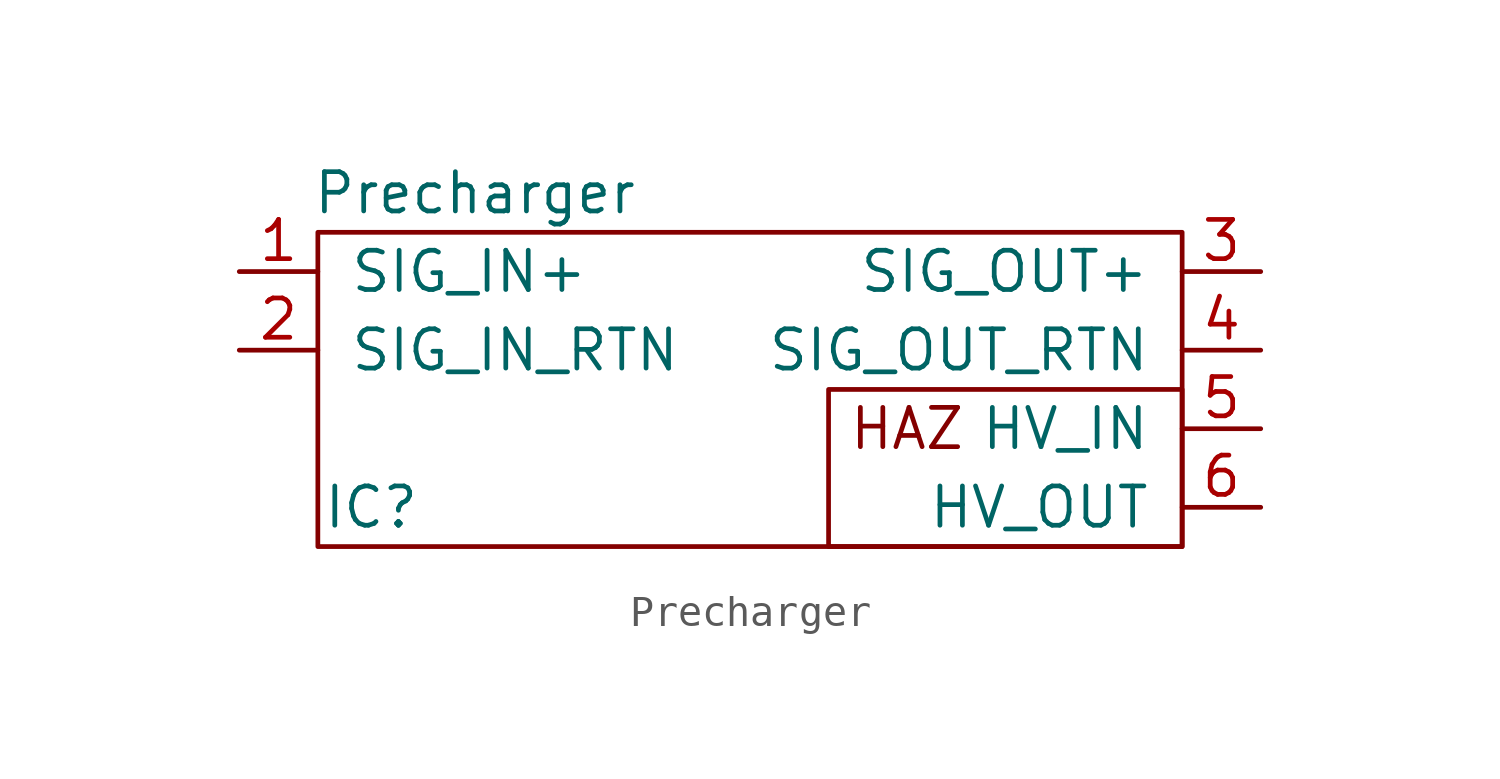
<source format=kicad_sym>
(kicad_symbol_lib
  (version 20211014)
  (generator kicad_symbol_editor)
  (symbol "Precharger"
    (pin_names
      (offset 1.016))
    (property "Reference" "IC"
      (at 1.727 1.27 0)
      (effects (font (size 1.27 1.27))))
    (property "Value" "Precharger"
      (at 5.08 11.43 0)
      (effects (font (size 1.27 1.27))))
    (symbol "Precharger_0_0"
      (text "HAZ" (at 19.05 3.81 0) (effects (font (size 1.27 1.27)))))
    (symbol "Precharger_0_1"
      (rectangle (start 16.51 5.08) (end 27.94 0) (stroke (width 0) (type default) (color 0 0 0 0)) (fill (type none)))
      (rectangle (start 27.94 10.16) (end 0 0) (stroke (width 0) (type default) (color 0 0 0 0)) (fill (type none))))
    (symbol "Precharger_1_1"
      (pin input line (at -2.54 8.89 0) (length 2.54) (name "SIG_IN+" (effects (font (size 1.27 1.27)))) (number "1" (effects (font (size 1.27 1.27)))))
      (pin passive line (at -2.54 6.35 0) (length 2.54) (name "SIG_IN_RTN" (effects (font (size 1.27 1.27)))) (number "2" (effects (font (size 1.27 1.27)))))
      (pin output line (at 30.48 8.89 180) (length 2.54) (name "SIG_OUT+" (effects (font (size 1.27 1.27)))) (number "3" (effects (font (size 1.27 1.27)))))
      (pin passive line (at 30.48 6.35 180) (length 2.54) (name "SIG_OUT_RTN" (effects (font (size 1.27 1.27)))) (number "4" (effects (font (size 1.27 1.27)))))
      (pin power_in line (at 30.48 3.81 180) (length 2.54) (name "HV_IN" (effects (font (size 1.27 1.27)))) (number "5" (effects (font (size 1.27 1.27)))))
      (pin power_out line (at 30.48 1.27 180) (length 2.54) (name "HV_OUT" (effects (font (size 1.27 1.27)))) (number "6" (effects (font (size 1.27 1.27))))))))
</source>
